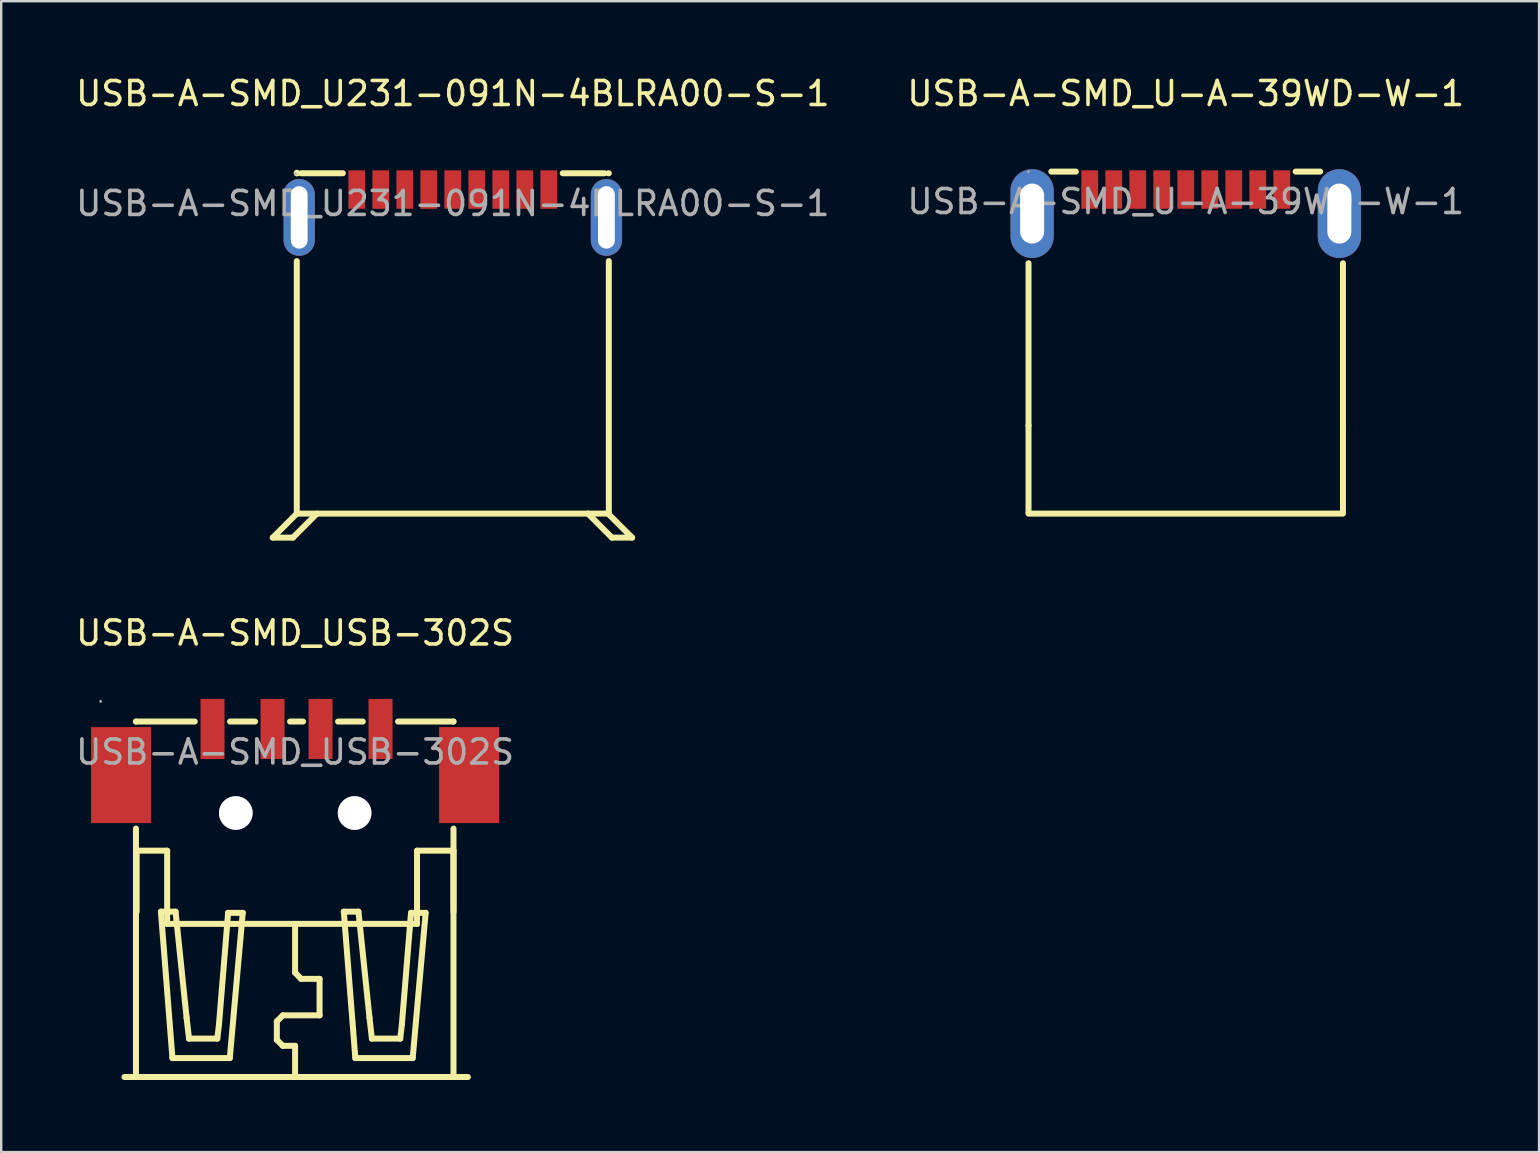
<source format=kicad_pcb>
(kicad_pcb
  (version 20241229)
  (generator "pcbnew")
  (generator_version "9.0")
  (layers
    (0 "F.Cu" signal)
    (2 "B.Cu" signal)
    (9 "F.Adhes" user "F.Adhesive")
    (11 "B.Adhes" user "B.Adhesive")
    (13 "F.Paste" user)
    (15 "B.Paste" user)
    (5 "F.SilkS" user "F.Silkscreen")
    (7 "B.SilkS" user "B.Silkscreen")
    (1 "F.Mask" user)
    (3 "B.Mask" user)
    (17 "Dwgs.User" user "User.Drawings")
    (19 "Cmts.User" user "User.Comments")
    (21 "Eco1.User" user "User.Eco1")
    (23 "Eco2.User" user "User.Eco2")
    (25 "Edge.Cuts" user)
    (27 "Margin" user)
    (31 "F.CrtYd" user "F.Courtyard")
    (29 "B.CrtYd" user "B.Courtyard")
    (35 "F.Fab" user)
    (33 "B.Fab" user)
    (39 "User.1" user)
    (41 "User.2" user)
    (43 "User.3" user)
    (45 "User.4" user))
  (footprint "USB-A-SMD_U-A-39WD-W-1"
    (layer "F.Cu")
    (at 46.351 5.348)
    (property "Reference" "USB-A-SMD_U-A-39WD-W-1" (at 0 -4.5 0) (layer "F.SilkS") (effects (font (size 1 1) (thickness 0.15))))
    (attr smd)
    (fp_line (start -6.55 2.57) (end -6.55 9.33) (stroke (width 0.25) (type solid)) (layer "F.SilkS"))
    (fp_line (start -6.55 12.95) (end -6.55 9.33) (stroke (width 0.25) (type solid)) (layer "F.SilkS"))
    (fp_line (start -6.55 13) (end 6.55 13) (stroke (width 0.25) (type solid)) (layer "F.SilkS"))
    (fp_line (start -4.58 -1.25) (end -5.6 -1.25) (stroke (width 0.25) (type solid)) (layer "F.SilkS"))
    (fp_line (start 5.6 -1.25) (end 4.58 -1.25) (stroke (width 0.25) (type solid)) (layer "F.SilkS"))
    (fp_line (start 6.55 9.36) (end 6.55 2.57) (stroke (width 0.25) (type solid)) (layer "F.SilkS"))
    (fp_line (start 6.55 12.95) (end 6.55 9.36) (stroke (width 0.25) (type solid)) (layer "F.SilkS"))
    (fp_circle (center -6.55 -1.25) (end -6.52 -1.25) (stroke (width 0.06) (type solid)) (fill no) (layer "F.Fab"))
    (fp_text user "${REFERENCE}" (at 0 0 0) (layer "F.Fab") (effects (font (size 1 1) (thickness 0.15))))
    (pad "1" smd rect (at -3 -0.5) (size 0.7 1.6) (layers "F.Cu" "F.Mask" "F.Paste"))
    (pad "2" smd rect (at -1 -0.5) (size 0.7 1.6) (layers "F.Cu" "F.Mask" "F.Paste"))
    (pad "3" smd rect (at 1 -0.5) (size 0.7 1.6) (layers "F.Cu" "F.Mask" "F.Paste"))
    (pad "4" smd rect (at 3 -0.5) (size 0.7 1.6) (layers "F.Cu" "F.Mask" "F.Paste"))
    (pad "5" smd rect (at 4 -0.5) (size 0.7 1.6) (layers "F.Cu" "F.Mask" "F.Paste"))
    (pad "6" smd rect (at 2 -0.5) (size 0.7 1.6) (layers "F.Cu" "F.Mask" "F.Paste"))
    (pad "7" smd rect (at 0 -0.5) (size 0.7 1.6) (layers "F.Cu" "F.Mask" "F.Paste"))
    (pad "8" smd rect (at -2 -0.5) (size 0.7 1.6) (layers "F.Cu" "F.Mask" "F.Paste"))
    (pad "9" smd rect (at -4 -0.5) (size 0.7 1.6) (layers "F.Cu" "F.Mask" "F.Paste"))
    (pad "10" thru_hole oval (at 6.4 0.5) (size 1.8 3.7) (drill oval 1 2.5) (layers "*.Cu" "*.Mask"))
    (pad "11" thru_hole oval (at -6.4 0.5) (size 1.8 3.7) (drill oval 1 2.5) (layers "*.Cu" "*.Mask")))
  (footprint "USB-A-SMD_USB-302S"
    (layer "F.Cu")
    (at 9.244 28.282)
    (property "Reference" "USB-A-SMD_USB-302S" (at 0 -4.96 0) (layer "F.SilkS") (effects (font (size 1 1) (thickness 0.15))))
    (attr smd)
    (fp_line (start -7.11 13.54) (end -6.51 13.54) (stroke (width 0.25) (type solid)) (layer "F.SilkS"))
    (fp_line (start -6.63 -1.27) (end -6.63 -1.27) (stroke (width 0.25) (type solid)) (layer "F.SilkS"))
    (fp_line (start -6.63 -1.27) (end -4.18 -1.27) (stroke (width 0.25) (type solid)) (layer "F.SilkS"))
    (fp_line (start -6.63 13.54) (end -6.63 3.19) (stroke (width 0.25) (type solid)) (layer "F.SilkS"))
    (fp_line (start -6.6 4.11) (end -5.33 4.11) (stroke (width 0.25) (type solid)) (layer "F.SilkS"))
    (fp_line (start -6.6 6.65) (end -6.6 4.11) (stroke (width 0.25) (type solid)) (layer "F.SilkS"))
    (fp_line (start -6.6 13.54) (end 6.6 13.54) (stroke (width 0.25) (type solid)) (layer "F.SilkS"))
    (fp_line (start -5.59 6.65) (end -5.11 12.75) (stroke (width 0.25) (type solid)) (layer "F.SilkS"))
    (fp_line (start -5.33 4.11) (end -5.33 7.16) (stroke (width 0.25) (type solid)) (layer "F.SilkS"))
    (fp_line (start -5.33 7.16) (end 5.08 7.16) (stroke (width 0.25) (type solid)) (layer "F.SilkS"))
    (fp_line (start -5.11 12.75) (end -2.72 12.75) (stroke (width 0.25) (type solid)) (layer "F.SilkS"))
    (fp_line (start -4.98 6.65) (end -5.59 6.65) (stroke (width 0.25) (type solid)) (layer "F.SilkS"))
    (fp_line (start -4.52 11.07) (end -4.98 6.65) (stroke (width 0.25) (type solid)) (layer "F.SilkS"))
    (fp_line (start -4.42 11.94) (end -4.52 11.07) (stroke (width 0.25) (type solid)) (layer "F.SilkS"))
    (fp_line (start -3.24 11.94) (end -4.42 11.94) (stroke (width 0.25) (type solid)) (layer "F.SilkS"))
    (fp_line (start -3.17 11.34) (end -3.24 11.94) (stroke (width 0.25) (type solid)) (layer "F.SilkS"))
    (fp_line (start -2.79 6.7) (end -3.17 11.34) (stroke (width 0.25) (type solid)) (layer "F.SilkS"))
    (fp_line (start -2.72 12.75) (end -2.18 6.7) (stroke (width 0.25) (type solid)) (layer "F.SilkS"))
    (fp_line (start -2.71 -1.27) (end -1.67 -1.27) (stroke (width 0.25) (type solid)) (layer "F.SilkS"))
    (fp_line (start -2.18 6.7) (end -2.79 6.7) (stroke (width 0.25) (type solid)) (layer "F.SilkS"))
    (fp_line (start -0.76 11.22) (end -0.76 11.99) (stroke (width 0.25) (type solid)) (layer "F.SilkS"))
    (fp_line (start -0.76 11.99) (end -0.51 12.24) (stroke (width 0.25) (type solid)) (layer "F.SilkS"))
    (fp_line (start -0.51 10.97) (end -0.76 11.22) (stroke (width 0.25) (type solid)) (layer "F.SilkS"))
    (fp_line (start -0.51 12.24) (end 0 12.24) (stroke (width 0.25) (type solid)) (layer "F.SilkS"))
    (fp_line (start -0.21 -1.27) (end 0.33 -1.27) (stroke (width 0.25) (type solid)) (layer "F.SilkS"))
    (fp_line (start 0 7.16) (end 0 9.19) (stroke (width 0.25) (type solid)) (layer "F.SilkS"))
    (fp_line (start 0 9.19) (end 0.25 9.45) (stroke (width 0.25) (type solid)) (layer "F.SilkS"))
    (fp_line (start 0 12.24) (end 0 13.51) (stroke (width 0.25) (type solid)) (layer "F.SilkS"))
    (fp_line (start 0.25 9.45) (end 1.02 9.45) (stroke (width 0.25) (type solid)) (layer "F.SilkS"))
    (fp_line (start 1.02 9.45) (end 1.02 10.97) (stroke (width 0.25) (type solid)) (layer "F.SilkS"))
    (fp_line (start 1.02 10.97) (end -0.51 10.97) (stroke (width 0.25) (type solid)) (layer "F.SilkS"))
    (fp_line (start 1.79 -1.27) (end 2.82 -1.27) (stroke (width 0.25) (type solid)) (layer "F.SilkS"))
    (fp_line (start 2.03 6.65) (end 2.51 12.75) (stroke (width 0.25) (type solid)) (layer "F.SilkS"))
    (fp_line (start 2.51 12.75) (end 4.9 12.75) (stroke (width 0.25) (type solid)) (layer "F.SilkS"))
    (fp_line (start 2.64 6.65) (end 2.03 6.65) (stroke (width 0.25) (type solid)) (layer "F.SilkS"))
    (fp_line (start 3.1 11.07) (end 2.64 6.65) (stroke (width 0.25) (type solid)) (layer "F.SilkS"))
    (fp_line (start 3.2 11.94) (end 3.1 11.07) (stroke (width 0.25) (type solid)) (layer "F.SilkS"))
    (fp_line (start 4.29 -1.27) (end 6.6 -1.27) (stroke (width 0.25) (type solid)) (layer "F.SilkS"))
    (fp_line (start 4.38 11.94) (end 3.2 11.94) (stroke (width 0.25) (type solid)) (layer "F.SilkS"))
    (fp_line (start 4.45 11.34) (end 4.38 11.94) (stroke (width 0.25) (type solid)) (layer "F.SilkS"))
    (fp_line (start 4.83 6.7) (end 4.45 11.34) (stroke (width 0.25) (type solid)) (layer "F.SilkS"))
    (fp_line (start 4.9 12.75) (end 5.44 6.7) (stroke (width 0.25) (type solid)) (layer "F.SilkS"))
    (fp_line (start 5.08 4.11) (end 6.6 4.11) (stroke (width 0.25) (type solid)) (layer "F.SilkS"))
    (fp_line (start 5.08 7.16) (end 5.08 4.11) (stroke (width 0.25) (type solid)) (layer "F.SilkS"))
    (fp_line (start 5.44 6.7) (end 4.83 6.7) (stroke (width 0.25) (type solid)) (layer "F.SilkS"))
    (fp_line (start 6.6 -1.27) (end 6.6 -1.27) (stroke (width 0.25) (type solid)) (layer "F.SilkS"))
    (fp_line (start 6.6 3.19) (end 6.6 13.54) (stroke (width 0.25) (type solid)) (layer "F.SilkS"))
    (fp_line (start 6.6 4.11) (end 6.6 6.65) (stroke (width 0.25) (type solid)) (layer "F.SilkS"))
    (fp_line (start 6.6 13.54) (end 7.2 13.54) (stroke (width 0.25) (type solid)) (layer "F.SilkS"))
    (fp_circle (center -8.1 -2.11) (end -8.07 -2.11) (stroke (width 0.06) (type solid)) (fill no) (layer "F.Fab"))
    (fp_circle (center -2.47 2.54) (end -2.17 2.54) (stroke (width 0.6) (type solid)) (fill no) (layer "F.Fab"))
    (fp_circle (center 2.48 2.54) (end 2.78 2.54) (stroke (width 0.6) (type solid)) (fill no) (layer "F.Fab"))
    (fp_text user "${REFERENCE}" (at 0 0 0) (layer "F.Fab") (effects (font (size 1 1) (thickness 0.15))))
    (pad "" thru_hole circle (at -2.47 2.54) (size 1.4 1.4) (drill 1.4) (layers "*.Cu" "*.Mask"))
    (pad "" thru_hole circle (at 2.48 2.54) (size 1.4 1.4) (drill 1.4) (layers "*.Cu" "*.Mask"))
    (pad "1" smd rect (at -3.44 -0.96 90) (size 2.5 1) (layers "F.Cu" "F.Mask" "F.Paste"))
    (pad "2" smd rect (at -0.94 -0.96 90) (size 2.5 1) (layers "F.Cu" "F.Mask" "F.Paste"))
    (pad "3" smd rect (at 1.06 -0.96 90) (size 2.5 1) (layers "F.Cu" "F.Mask" "F.Paste"))
    (pad "4" smd rect (at 3.56 -0.96 90) (size 2.5 1) (layers "F.Cu" "F.Mask" "F.Paste"))
    (pad "5" smd rect (at 7.25 0.96 90) (size 4 2.5) (layers "F.Cu" "F.Mask" "F.Paste"))
    (pad "6" smd rect (at -7.25 0.96 90) (size 4 2.5) (layers "F.Cu" "F.Mask" "F.Paste")))
  (footprint "USB-A-SMD_U231-091N-4BLRA00-S-1"
    (layer "F.Cu")
    (at 15.815 5.428)
    (property "Reference" "USB-A-SMD_U231-091N-4BLRA00-S-1" (at 0 -4.58 0) (layer "F.SilkS") (effects (font (size 1 1) (thickness 0.15))))
    (attr through_hole)
    (fp_line (start -7.5 13.92) (end -6.66 13.92) (stroke (width 0.25) (type solid)) (layer "F.SilkS"))
    (fp_line (start -6.66 13.92) (end -5.66 12.92) (stroke (width 0.25) (type solid)) (layer "F.SilkS"))
    (fp_line (start -6.5 -1.26) (end -6.5 -1.28) (stroke (width 0.25) (type solid)) (layer "F.SilkS"))
    (fp_line (start -6.5 -1.26) (end -6.48 -1.26) (stroke (width 0.25) (type solid)) (layer "F.SilkS"))
    (fp_line (start -6.5 12.92) (end -7.5 13.92) (stroke (width 0.25) (type solid)) (layer "F.SilkS"))
    (fp_line (start -6.5 12.92) (end -6.5 2.4) (stroke (width 0.25) (type solid)) (layer "F.SilkS"))
    (fp_line (start -6.5 12.92) (end 6.5 12.92) (stroke (width 0.25) (type solid)) (layer "F.SilkS"))
    (fp_line (start -6.32 -1.26) (end -4.58 -1.26) (stroke (width 0.25) (type solid)) (layer "F.SilkS"))
    (fp_line (start 4.58 -1.26) (end 6.32 -1.26) (stroke (width 0.25) (type solid)) (layer "F.SilkS"))
    (fp_line (start 6.47 12.92) (end 7.47 13.92) (stroke (width 0.25) (type solid)) (layer "F.SilkS"))
    (fp_line (start 6.48 -1.26) (end 6.5 -1.26) (stroke (width 0.25) (type solid)) (layer "F.SilkS"))
    (fp_line (start 6.5 12.92) (end 6.5 2.4) (stroke (width 0.25) (type solid)) (layer "F.SilkS"))
    (fp_line (start 6.63 13.92) (end 5.63 12.92) (stroke (width 0.25) (type solid)) (layer "F.SilkS"))
    (fp_line (start 7.47 13.92) (end 6.63 13.92) (stroke (width 0.25) (type solid)) (layer "F.SilkS"))
    (fp_circle (center -6.55 -1.23) (end -6.52 -1.23) (stroke (width 0.06) (type solid)) (fill no) (layer "F.Fab"))
    (fp_text user "${REFERENCE}" (at 0 0 0) (layer "F.Fab") (effects (font (size 1 1) (thickness 0.15))))
    (pad "1" smd rect (at -3 -0.58) (size 0.7 1.6) (layers "F.Cu" "F.Mask" "F.Paste"))
    (pad "2" smd rect (at -1 -0.58) (size 0.7 1.6) (layers "F.Cu" "F.Mask" "F.Paste"))
    (pad "3" smd rect (at 1 -0.58) (size 0.7 1.6) (layers "F.Cu" "F.Mask" "F.Paste"))
    (pad "4" smd rect (at 3 -0.58) (size 0.7 1.6) (layers "F.Cu" "F.Mask" "F.Paste"))
    (pad "5" smd rect (at 4 -0.58) (size 0.7 1.6) (layers "F.Cu" "F.Mask" "F.Paste"))
    (pad "6" smd rect (at 2 -0.58) (size 0.7 1.6) (layers "F.Cu" "F.Mask" "F.Paste"))
    (pad "7" smd rect (at 0 -0.58) (size 0.7 1.6) (layers "F.Cu" "F.Mask" "F.Paste"))
    (pad "8" smd rect (at -2 -0.58) (size 0.7 1.6) (layers "F.Cu" "F.Mask" "F.Paste"))
    (pad "9" smd rect (at -4 -0.58) (size 0.7 1.6) (layers "F.Cu" "F.Mask" "F.Paste"))
    (pad "10" thru_hole oval (at -6.4 0.58) (size 1.3 3.2) (drill oval 0.7 2.6) (layers "*.Cu" "*.Paste" "*.Mask"))
    (pad "11" thru_hole oval (at 6.4 0.58 180) (size 1.3 3.2) (drill oval 0.7 2.6) (layers "*.Cu" "*.Paste" "*.Mask")))
  (gr_rect
    (start -3 -3)
    (end 61.071 44.947)
    (stroke (width 0.1) (type default))
    (fill no)
    (layer "Edge.Cuts")))
</source>
